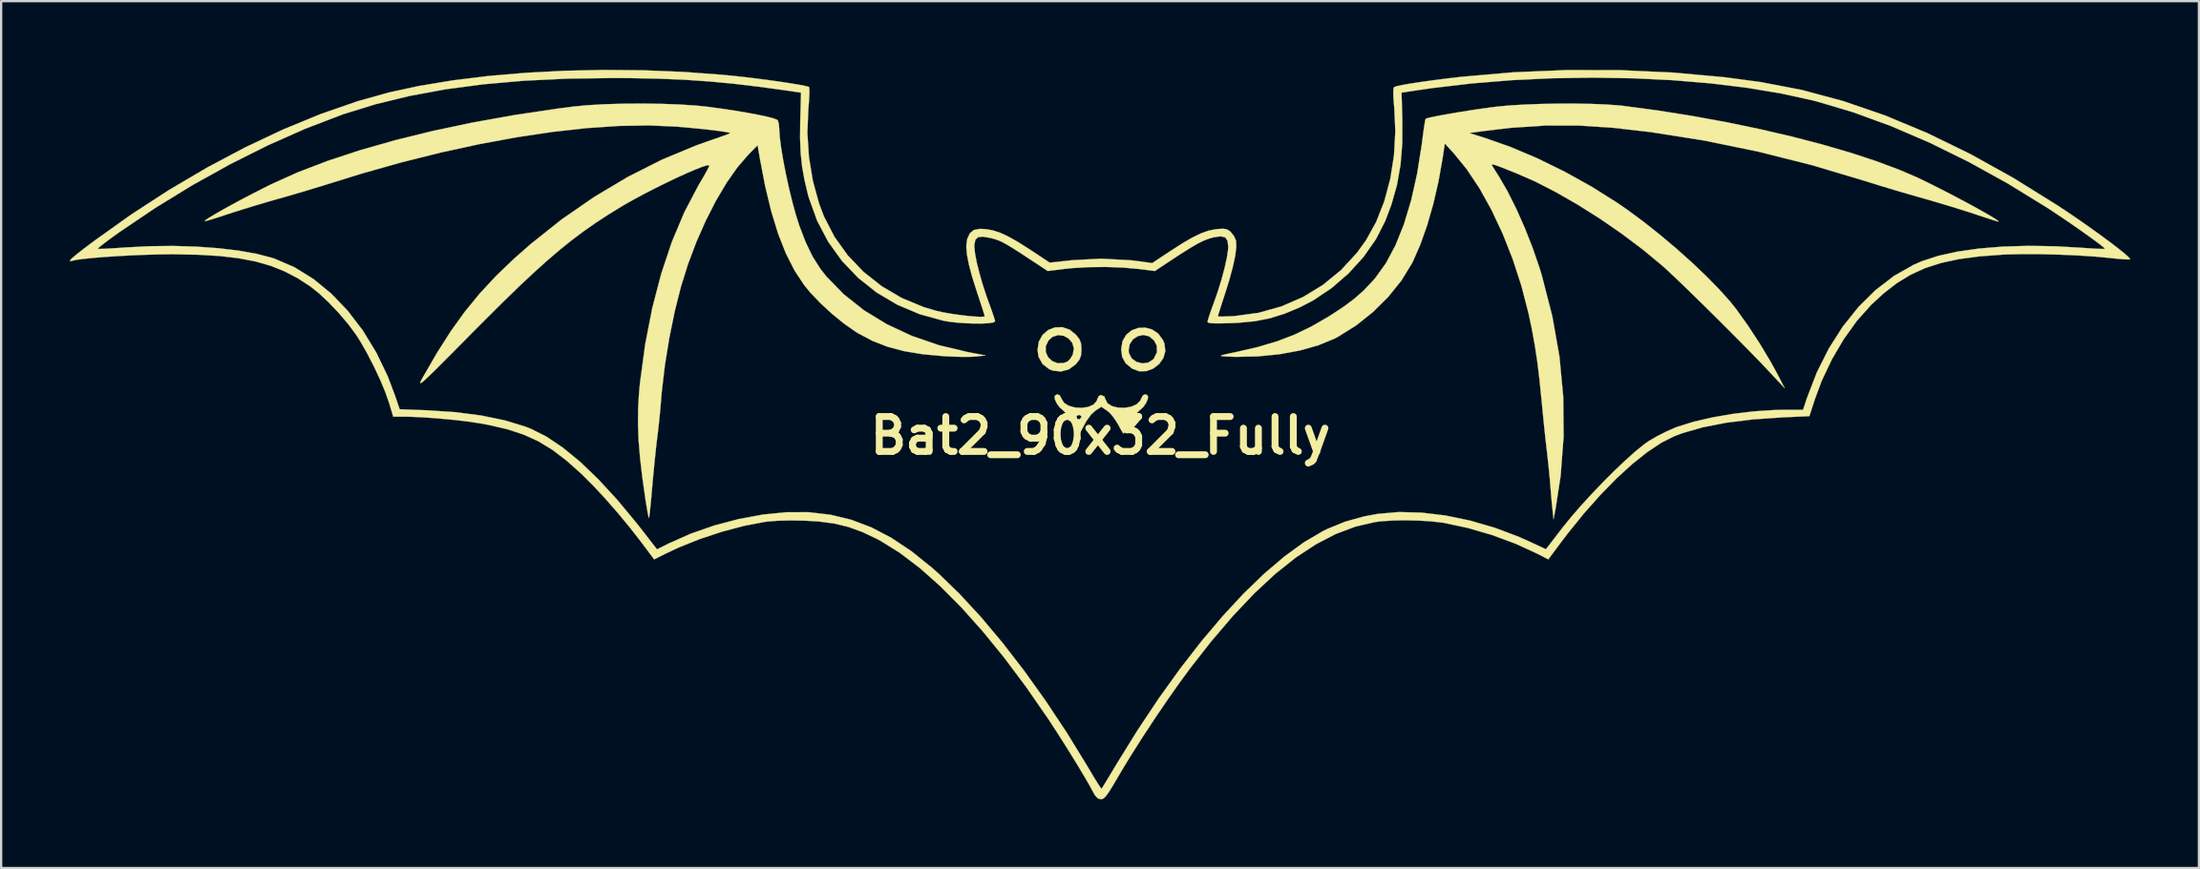
<source format=kicad_pcb>
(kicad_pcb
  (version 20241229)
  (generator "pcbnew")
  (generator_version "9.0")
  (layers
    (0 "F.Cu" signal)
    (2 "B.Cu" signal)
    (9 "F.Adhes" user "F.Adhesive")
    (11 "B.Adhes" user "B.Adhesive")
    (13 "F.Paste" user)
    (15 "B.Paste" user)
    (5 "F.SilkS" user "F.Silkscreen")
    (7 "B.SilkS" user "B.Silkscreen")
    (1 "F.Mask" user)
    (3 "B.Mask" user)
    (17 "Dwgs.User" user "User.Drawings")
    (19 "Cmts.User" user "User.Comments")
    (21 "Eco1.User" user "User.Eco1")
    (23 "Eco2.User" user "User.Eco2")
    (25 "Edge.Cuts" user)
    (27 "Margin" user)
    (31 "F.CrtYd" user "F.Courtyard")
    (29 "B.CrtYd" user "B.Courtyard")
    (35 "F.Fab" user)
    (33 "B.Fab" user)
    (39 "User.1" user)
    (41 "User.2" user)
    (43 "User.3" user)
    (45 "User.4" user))
  (footprint "Bat2_90x32_Fully"
    (layer "F.Cu")
    (at 44.975 15.982)
    (property "Reference" "Bat2_90x32_Fully" (at 0 0 0) (layer "F.SilkS") (effects (font (size 1.524 1.524) (thickness 0.3))))
    (attr through_hole)
    (fp_poly (pts (xy 2.257 -4.638) (xy 2.523 -4.458) (xy 2.729 -4.176) (xy 2.793 -4.02) (xy 2.831 -3.693) (xy 2.745 -3.389) (xy 2.562 -3.129) (xy 2.307 -2.932) (xy 2.008 -2.82) (xy 1.69 -2.813) (xy 1.384 -2.929) (xy 1.101 -3.162) (xy 0.948 -3.44) (xy 0.911 -3.728) (xy 1.23 -3.728) (xy 1.246 -3.605) (xy 1.365 -3.374) (xy 1.574 -3.222) (xy 1.829 -3.158) (xy 2.087 -3.192) (xy 2.305 -3.334) (xy 2.331 -3.364) (xy 2.466 -3.643) (xy 2.458 -3.932) (xy 2.338 -4.164) (xy 2.121 -4.342) (xy 1.875 -4.398) (xy 1.631 -4.348) (xy 1.421 -4.209) (xy 1.277 -3.997) (xy 1.23 -3.728) (xy 0.911 -3.728) (xy 0.904 -3.775) (xy 0.965 -4.133) (xy 1.127 -4.409) (xy 1.365 -4.602) (xy 1.65 -4.706) (xy 1.957 -4.719) (xy 2.257 -4.638)) (stroke (width 0.01) (type solid)) (fill yes) (layer "F.SilkS"))
    (fp_poly (pts (xy -1.343 -4.63) (xy -1.077 -4.418) (xy -0.92 -4.221) (xy -0.847 -4.034) (xy -0.829 -3.779) (xy -0.829 -3.769) (xy -0.846 -3.51) (xy -0.916 -3.322) (xy -1.07 -3.127) (xy -1.077 -3.119) (xy -1.376 -2.896) (xy -1.724 -2.802) (xy -2.087 -2.845) (xy -2.239 -2.907) (xy -2.53 -3.132) (xy -2.7 -3.444) (xy -2.744 -3.735) (xy -2.719 -3.907) (xy -2.388 -3.907) (xy -2.387 -3.653) (xy -2.284 -3.427) (xy -2.102 -3.255) (xy -1.863 -3.163) (xy -1.591 -3.177) (xy -1.437 -3.238) (xy -1.314 -3.357) (xy -1.207 -3.54) (xy -1.159 -3.814) (xy -1.229 -4.054) (xy -1.388 -4.243) (xy -1.604 -4.362) (xy -1.848 -4.393) (xy -2.088 -4.318) (xy -2.263 -4.164) (xy -2.388 -3.907) (xy -2.719 -3.907) (xy -2.69 -4.105) (xy -2.526 -4.401) (xy -2.282 -4.614) (xy -1.985 -4.73) (xy -1.663 -4.739) (xy -1.343 -4.63)) (stroke (width 0.01) (type solid)) (fill yes) (layer "F.SilkS"))
    (fp_poly (pts (xy -1.775 -1.76) (xy -1.703 -1.622) (xy -1.589 -1.435) (xy -1.379 -1.304) (xy -1.11 -1.23) (xy -0.817 -1.213) (xy -0.538 -1.254) (xy -0.308 -1.353) (xy -0.164 -1.511) (xy -0.137 -1.601) (xy -0.063 -1.743) (xy 0.038 -1.771) (xy 0.172 -1.71) (xy 0.213 -1.601) (xy 0.306 -1.417) (xy 0.502 -1.291) (xy 0.764 -1.225) (xy 1.055 -1.216) (xy 1.339 -1.264) (xy 1.58 -1.369) (xy 1.741 -1.531) (xy 1.778 -1.622) (xy 1.859 -1.768) (xy 1.975 -1.808) (xy 2.071 -1.736) (xy 2.071 -1.614) (xy 1.997 -1.437) (xy 1.879 -1.261) (xy 1.747 -1.138) (xy 1.736 -1.132) (xy 1.626 -1.029) (xy 1.476 -0.835) (xy 1.319 -0.591) (xy 1.314 -0.583) (xy 1.177 -0.35) (xy 1.07 -0.173) (xy 1.017 -0.089) (xy 1.015 -0.087) (xy 0.971 -0.134) (xy 0.882 -0.283) (xy 0.777 -0.481) (xy 0.598 -0.772) (xy 0.523 -0.858) (xy 0.914 -0.858) (xy 0.932 -0.754) (xy 0.953 -0.731) (xy 1.047 -0.715) (xy 1.123 -0.792) (xy 1.131 -0.834) (xy 1.069 -0.896) (xy 1.018 -0.904) (xy 0.914 -0.858) (xy 0.523 -0.858) (xy 0.394 -1.007) (xy 0.303 -1.081) (xy 0.041 -1.26) (xy -0.21 -1.101) (xy -0.416 -0.913) (xy -0.619 -0.627) (xy -0.684 -0.509) (xy -0.801 -0.287) (xy -0.889 -0.131) (xy -0.927 -0.075) (xy -0.972 -0.136) (xy -1.071 -0.295) (xy -1.204 -0.521) (xy -1.228 -0.563) (xy -1.385 -0.813) (xy -1.419 -0.858) (xy -1.046 -0.858) (xy -1.027 -0.754) (xy -1.007 -0.731) (xy -0.913 -0.715) (xy -0.837 -0.792) (xy -0.829 -0.834) (xy -0.89 -0.896) (xy -0.942 -0.904) (xy -1.046 -0.858) (xy -1.419 -0.858) (xy -1.537 -1.014) (xy -1.651 -1.126) (xy -1.658 -1.13) (xy -1.791 -1.247) (xy -1.913 -1.421) (xy -1.992 -1.6) (xy -2 -1.729) (xy -1.996 -1.736) (xy -1.89 -1.809) (xy -1.775 -1.76)) (stroke (width 0.01) (type solid)) (fill yes) (layer "F.SilkS"))
    (fp_poly (pts (xy 21.421 -14.494) (xy 22.076 -14.467) (xy 22.628 -14.427) (xy 22.8 -14.409) (xy 24.304 -14.208) (xy 25.808 -13.97) (xy 27.293 -13.699) (xy 28.743 -13.399) (xy 30.141 -13.074) (xy 31.47 -12.729) (xy 32.712 -12.368) (xy 33.851 -11.994) (xy 34.87 -11.613) (xy 35.586 -11.305) (xy 35.964 -11.126) (xy 36.385 -10.918) (xy 36.833 -10.691) (xy 37.288 -10.454) (xy 37.733 -10.218) (xy 38.151 -9.991) (xy 38.522 -9.784) (xy 38.83 -9.607) (xy 39.055 -9.469) (xy 39.181 -9.38) (xy 39.193 -9.349) (xy 39.112 -9.371) (xy 38.914 -9.433) (xy 38.627 -9.525) (xy 38.277 -9.641) (xy 38.138 -9.687) (xy 37.707 -9.827) (xy 37.183 -9.99) (xy 36.617 -10.161) (xy 36.061 -10.324) (xy 35.764 -10.408) (xy 35.237 -10.559) (xy 34.671 -10.725) (xy 34.116 -10.892) (xy 33.625 -11.044) (xy 33.389 -11.119) (xy 31.06 -11.816) (xy 28.702 -12.409) (xy 26.347 -12.893) (xy 24.022 -13.26) (xy 22.342 -13.453) (xy 20.864 -13.548) (xy 19.398 -13.547) (xy 17.897 -13.447) (xy 16.77 -13.313) (xy 16.092 -13.22) (xy 16.77 -13.009) (xy 17.897 -12.613) (xy 19.076 -12.113) (xy 20.269 -11.527) (xy 21.442 -10.874) (xy 22.556 -10.172) (xy 22.988 -9.874) (xy 23.694 -9.352) (xy 24.413 -8.781) (xy 25.126 -8.18) (xy 25.81 -7.568) (xy 26.444 -6.965) (xy 27.008 -6.389) (xy 27.48 -5.861) (xy 27.736 -5.541) (xy 28.269 -4.794) (xy 28.79 -3.997) (xy 29.262 -3.207) (xy 29.531 -2.714) (xy 29.864 -2.073) (xy 29.159 -2.826) (xy 28.821 -3.183) (xy 28.413 -3.605) (xy 27.952 -4.074) (xy 27.457 -4.573) (xy 26.945 -5.085) (xy 26.434 -5.591) (xy 25.94 -6.076) (xy 25.483 -6.521) (xy 25.078 -6.909) (xy 24.745 -7.222) (xy 24.514 -7.431) (xy 23.669 -8.131) (xy 22.753 -8.821) (xy 21.794 -9.483) (xy 20.819 -10.098) (xy 19.857 -10.65) (xy 18.938 -11.119) (xy 18.16 -11.459) (xy 17.853 -11.581) (xy 17.521 -11.713) (xy 17.406 -11.759) (xy 17.184 -11.836) (xy 17.081 -11.845) (xy 17.081 -11.815) (xy 17.151 -11.703) (xy 17.272 -11.51) (xy 17.378 -11.343) (xy 17.76 -10.685) (xy 18.147 -9.914) (xy 18.522 -9.068) (xy 18.869 -8.184) (xy 19.172 -7.3) (xy 19.261 -7.006) (xy 19.721 -5.216) (xy 20.033 -3.448) (xy 20.197 -1.699) (xy 20.214 0.036) (xy 20.083 1.762) (xy 19.867 3.166) (xy 19.775 3.655) (xy 19.726 3.203) (xy 19.695 2.893) (xy 19.662 2.515) (xy 19.633 2.149) (xy 19.633 2.148) (xy 19.605 1.823) (xy 19.564 1.406) (xy 19.516 0.956) (xy 19.476 0.603) (xy 19.426 0.171) (xy 19.37 -0.353) (xy 19.314 -0.907) (xy 19.263 -1.433) (xy 19.252 -1.545) (xy 19.162 -2.444) (xy 19.065 -3.235) (xy 18.955 -3.962) (xy 18.826 -4.668) (xy 18.681 -5.351) (xy 18.374 -6.538) (xy 17.998 -7.697) (xy 17.561 -8.807) (xy 17.075 -9.847) (xy 16.547 -10.798) (xy 15.988 -11.638) (xy 15.436 -12.317) (xy 15.029 -12.763) (xy 14.934 -12.129) (xy 14.755 -11.115) (xy 14.527 -10.126) (xy 14.259 -9.192) (xy 13.96 -8.345) (xy 13.638 -7.613) (xy 13.593 -7.525) (xy 13.139 -6.783) (xy 12.562 -6.065) (xy 11.889 -5.397) (xy 11.149 -4.807) (xy 10.369 -4.321) (xy 10.213 -4.239) (xy 9.515 -3.95) (xy 8.705 -3.721) (xy 7.812 -3.557) (xy 6.864 -3.463) (xy 5.89 -3.443) (xy 5.464 -3.459) (xy 5.316 -3.47) (xy 5.254 -3.486) (xy 5.292 -3.511) (xy 5.444 -3.551) (xy 5.723 -3.612) (xy 5.954 -3.66) (xy 6.886 -3.877) (xy 7.707 -4.121) (xy 8.461 -4.41) (xy 9.187 -4.758) (xy 9.926 -5.183) (xy 10.046 -5.259) (xy 10.612 -5.631) (xy 11.076 -5.979) (xy 11.479 -6.334) (xy 11.857 -6.731) (xy 12.001 -6.896) (xy 12.466 -7.543) (xy 12.882 -8.327) (xy 13.248 -9.242) (xy 13.562 -10.284) (xy 13.821 -11.446) (xy 14.024 -12.723) (xy 14.048 -12.914) (xy 14.093 -13.263) (xy 14.136 -13.555) (xy 14.171 -13.758) (xy 14.194 -13.842) (xy 14.288 -13.875) (xy 14.506 -13.925) (xy 14.823 -13.988) (xy 15.216 -14.059) (xy 15.657 -14.134) (xy 16.124 -14.209) (xy 16.59 -14.279) (xy 17.031 -14.34) (xy 17.26 -14.369) (xy 17.809 -14.422) (xy 18.462 -14.462) (xy 19.184 -14.49) (xy 19.941 -14.505) (xy 20.698 -14.506) (xy 21.421 -14.494)) (stroke (width 0.01) (type solid)) (fill yes) (layer "F.SilkS"))
    (fp_poly (pts (xy -19.145 -14.496) (xy -18.343 -14.466) (xy -17.622 -14.418) (xy -17.147 -14.368) (xy -16.54 -14.286) (xy -15.959 -14.198) (xy -15.423 -14.108) (xy -14.952 -14.02) (xy -14.564 -13.937) (xy -14.278 -13.863) (xy -14.114 -13.802) (xy -14.084 -13.778) (xy -14.039 -13.637) (xy -14.02 -13.435) (xy -14.02 -13.434) (xy -13.997 -13.065) (xy -13.936 -12.584) (xy -13.843 -12.023) (xy -13.725 -11.415) (xy -13.588 -10.79) (xy -13.439 -10.182) (xy -13.285 -9.623) (xy -13.139 -9.166) (xy -12.86 -8.44) (xy -12.564 -7.83) (xy -12.233 -7.304) (xy -11.958 -6.952) (xy -11.194 -6.169) (xy -10.313 -5.472) (xy -9.322 -4.868) (xy -8.232 -4.359) (xy -7.05 -3.952) (xy -5.785 -3.65) (xy -5.766 -3.647) (xy -5.012 -3.505) (xy -5.427 -3.458) (xy -5.665 -3.445) (xy -6.008 -3.443) (xy -6.41 -3.452) (xy -6.821 -3.472) (xy -7.752 -3.557) (xy -8.565 -3.691) (xy -9.287 -3.883) (xy -9.946 -4.139) (xy -10.567 -4.468) (xy -10.676 -4.535) (xy -11.18 -4.886) (xy -11.708 -5.316) (xy -12.218 -5.786) (xy -12.667 -6.257) (xy -12.93 -6.579) (xy -13.35 -7.216) (xy -13.727 -7.959) (xy -14.064 -8.817) (xy -14.366 -9.799) (xy -14.634 -10.911) (xy -14.866 -12.128) (xy -14.961 -12.687) (xy -15.363 -12.279) (xy -15.839 -11.728) (xy -16.316 -11.048) (xy -16.781 -10.262) (xy -17.225 -9.392) (xy -17.635 -8.46) (xy -18.001 -7.487) (xy -18.304 -6.52) (xy -18.576 -5.444) (xy -18.813 -4.281) (xy -19.006 -3.092) (xy -19.143 -1.939) (xy -19.182 -1.47) (xy -19.214 -1.088) (xy -19.26 -0.63) (xy -19.311 -0.171) (xy -19.337 0.038) (xy -19.381 0.403) (xy -19.431 0.872) (xy -19.484 1.395) (xy -19.534 1.926) (xy -19.56 2.219) (xy -19.598 2.653) (xy -19.634 3.033) (xy -19.665 3.333) (xy -19.689 3.529) (xy -19.702 3.598) (xy -19.723 3.539) (xy -19.76 3.36) (xy -19.807 3.09) (xy -19.852 2.811) (xy -19.991 1.835) (xy -20.091 0.977) (xy -20.155 0.205) (xy -20.182 -0.507) (xy -20.175 -1.189) (xy -20.136 -1.869) (xy -20.093 -2.322) (xy -19.869 -3.983) (xy -19.56 -5.569) (xy -19.17 -7.068) (xy -18.703 -8.467) (xy -18.162 -9.756) (xy -17.55 -10.923) (xy -17.462 -11.073) (xy -17.292 -11.361) (xy -17.16 -11.599) (xy -17.08 -11.759) (xy -17.065 -11.814) (xy -17.16 -11.812) (xy -17.369 -11.748) (xy -17.672 -11.63) (xy -18.048 -11.469) (xy -18.48 -11.272) (xy -18.947 -11.049) (xy -19.43 -10.81) (xy -19.909 -10.563) (xy -20.365 -10.318) (xy -20.779 -10.084) (xy -20.915 -10.003) (xy -21.489 -9.649) (xy -22.031 -9.295) (xy -22.554 -8.929) (xy -23.072 -8.54) (xy -23.599 -8.116) (xy -24.149 -7.645) (xy -24.736 -7.116) (xy -25.373 -6.517) (xy -26.074 -5.836) (xy -26.853 -5.061) (xy -27.387 -4.524) (xy -27.961 -3.943) (xy -28.437 -3.463) (xy -28.824 -3.076) (xy -29.127 -2.775) (xy -29.357 -2.553) (xy -29.519 -2.403) (xy -29.623 -2.318) (xy -29.676 -2.291) (xy -29.685 -2.314) (xy -29.659 -2.381) (xy -29.606 -2.484) (xy -29.578 -2.536) (xy -28.962 -3.603) (xy -28.358 -4.553) (xy -27.742 -5.412) (xy -27.09 -6.209) (xy -26.381 -6.973) (xy -25.591 -7.731) (xy -24.873 -8.364) (xy -23.515 -9.446) (xy -22.091 -10.43) (xy -20.622 -11.306) (xy -19.128 -12.061) (xy -17.632 -12.683) (xy -17.16 -12.851) (xy -16.803 -12.974) (xy -16.5 -13.081) (xy -16.278 -13.162) (xy -16.165 -13.208) (xy -16.157 -13.213) (xy -16.209 -13.238) (xy -16.39 -13.273) (xy -16.68 -13.315) (xy -17.056 -13.361) (xy -17.499 -13.409) (xy -17.988 -13.456) (xy -18.5 -13.501) (xy -18.52 -13.502) (xy -19.71 -13.554) (xy -21.014 -13.531) (xy -22.42 -13.436) (xy -23.913 -13.27) (xy -25.48 -13.035) (xy -27.105 -12.735) (xy -28.777 -12.371) (xy -30.479 -11.946) (xy -32.199 -11.461) (xy -33.427 -11.081) (xy -33.916 -10.928) (xy -34.491 -10.753) (xy -35.089 -10.575) (xy -35.651 -10.412) (xy -35.839 -10.359) (xy -36.353 -10.212) (xy -36.907 -10.047) (xy -37.447 -9.881) (xy -37.92 -9.731) (xy -38.095 -9.674) (xy -38.451 -9.557) (xy -38.753 -9.461) (xy -38.972 -9.396) (xy -39.083 -9.37) (xy -39.092 -9.37) (xy -39.046 -9.421) (xy -38.884 -9.53) (xy -38.624 -9.687) (xy -38.285 -9.881) (xy -37.884 -10.102) (xy -37.439 -10.341) (xy -36.97 -10.587) (xy -36.493 -10.83) (xy -36.202 -10.975) (xy -35.039 -11.5) (xy -33.739 -11.999) (xy -32.314 -12.469) (xy -30.775 -12.908) (xy -29.134 -13.312) (xy -27.403 -13.678) (xy -25.594 -14.003) (xy -23.718 -14.284) (xy -23.026 -14.374) (xy -22.395 -14.435) (xy -21.653 -14.478) (xy -20.838 -14.502) (xy -19.99 -14.508) (xy -19.145 -14.496)) (stroke (width 0.01) (type solid)) (fill yes) (layer "F.SilkS"))
    (fp_poly (pts (xy -19.933 -15.961) (xy -18.199 -15.89) (xy -16.494 -15.764) (xy -15.979 -15.713) (xy -15.489 -15.659) (xy -14.977 -15.597) (xy -14.467 -15.53) (xy -13.981 -15.462) (xy -13.543 -15.395) (xy -13.175 -15.334) (xy -12.901 -15.282) (xy -12.743 -15.242) (xy -12.717 -15.229) (xy -12.702 -15.138) (xy -12.702 -14.927) (xy -12.718 -14.629) (xy -12.747 -14.274) (xy -12.749 -14.258) (xy -12.79 -13.228) (xy -12.722 -12.172) (xy -12.55 -11.13) (xy -12.281 -10.145) (xy -12.064 -9.572) (xy -11.606 -8.685) (xy -11.026 -7.875) (xy -10.335 -7.153) (xy -9.546 -6.529) (xy -8.672 -6.015) (xy -7.724 -5.62) (xy -7.161 -5.453) (xy -6.868 -5.388) (xy -6.523 -5.327) (xy -6.158 -5.274) (xy -5.8 -5.231) (xy -5.482 -5.202) (xy -5.232 -5.19) (xy -5.081 -5.199) (xy -5.05 -5.218) (xy -5.072 -5.3) (xy -5.134 -5.499) (xy -5.227 -5.786) (xy -5.342 -6.136) (xy -5.385 -6.266) (xy -5.596 -6.933) (xy -5.742 -7.48) (xy -5.827 -7.921) (xy -5.854 -8.272) (xy -5.824 -8.547) (xy -5.81 -8.6) (xy -5.698 -8.844) (xy -5.525 -8.984) (xy -5.264 -9.034) (xy -5 -9.022) (xy -4.697 -8.968) (xy -4.377 -8.864) (xy -4.018 -8.698) (xy -3.594 -8.458) (xy -3.081 -8.133) (xy -3.009 -8.085) (xy -2.212 -7.557) (xy -1.238 -7.664) (xy 0.046 -7.732) (xy 1.354 -7.659) (xy 1.751 -7.609) (xy 2.259 -7.538) (xy 3.07 -8.076) (xy 3.592 -8.411) (xy 4.023 -8.661) (xy 4.387 -8.837) (xy 4.708 -8.951) (xy 5.011 -9.014) (xy 5.09 -9.023) (xy 5.345 -9.04) (xy 5.508 -9.018) (xy 5.635 -8.943) (xy 5.689 -8.895) (xy 5.834 -8.708) (xy 5.917 -8.517) (xy 5.929 -8.247) (xy 5.881 -7.854) (xy 5.772 -7.35) (xy 5.607 -6.747) (xy 5.456 -6.262) (xy 5.337 -5.896) (xy 5.237 -5.584) (xy 5.165 -5.352) (xy 5.128 -5.228) (xy 5.125 -5.214) (xy 5.195 -5.203) (xy 5.383 -5.204) (xy 5.657 -5.214) (xy 5.865 -5.226) (xy 6.903 -5.367) (xy 7.899 -5.646) (xy 8.84 -6.055) (xy 9.711 -6.587) (xy 10.501 -7.234) (xy 11.195 -7.989) (xy 11.593 -8.54) (xy 12.035 -9.341) (xy 12.389 -10.242) (xy 12.65 -11.22) (xy 12.812 -12.247) (xy 12.87 -13.301) (xy 12.826 -14.279) (xy 12.791 -14.705) (xy 12.779 -14.997) (xy 12.791 -15.168) (xy 12.822 -15.23) (xy 12.948 -15.271) (xy 13.204 -15.325) (xy 13.571 -15.388) (xy 14.028 -15.457) (xy 14.556 -15.53) (xy 15.135 -15.604) (xy 15.745 -15.675) (xy 15.753 -15.676) (xy 18.029 -15.874) (xy 20.346 -15.971) (xy 22.672 -15.967) (xy 24.974 -15.863) (xy 27.219 -15.66) (xy 28.829 -15.445) (xy 30.608 -15.103) (xy 32.408 -14.619) (xy 34.231 -13.993) (xy 36.079 -13.222) (xy 37.955 -12.308) (xy 39.86 -11.248) (xy 41.793 -10.043) (xy 42.269 -9.726) (xy 42.749 -9.398) (xy 43.217 -9.069) (xy 43.657 -8.752) (xy 44.057 -8.457) (xy 44.399 -8.195) (xy 44.669 -7.978) (xy 44.853 -7.817) (xy 44.935 -7.723) (xy 44.931 -7.704) (xy 44.82 -7.699) (xy 44.597 -7.71) (xy 44.299 -7.737) (xy 44.107 -7.757) (xy 43.434 -7.822) (xy 42.662 -7.873) (xy 41.838 -7.909) (xy 41.011 -7.929) (xy 40.226 -7.932) (xy 39.531 -7.915) (xy 39.373 -7.908) (xy 38.36 -7.832) (xy 37.473 -7.714) (xy 36.69 -7.546) (xy 35.991 -7.32) (xy 35.353 -7.028) (xy 34.755 -6.662) (xy 34.176 -6.213) (xy 33.63 -5.708) (xy 33.016 -5.02) (xy 32.44 -4.217) (xy 31.921 -3.332) (xy 31.48 -2.401) (xy 31.189 -1.62) (xy 30.94 -0.852) (xy 29.772 -0.8) (xy 28.476 -0.71) (xy 27.315 -0.566) (xy 26.29 -0.366) (xy 25.404 -0.112) (xy 25.045 0.023) (xy 24.484 0.305) (xy 23.871 0.713) (xy 23.215 1.235) (xy 22.529 1.862) (xy 21.824 2.583) (xy 21.111 3.386) (xy 20.402 4.262) (xy 20.088 4.675) (xy 19.546 5.404) (xy 19.063 5.155) (xy 18.126 4.724) (xy 17.101 4.344) (xy 16.045 4.035) (xy 15.018 3.815) (xy 14.961 3.805) (xy 14.481 3.747) (xy 13.919 3.711) (xy 13.324 3.697) (xy 12.748 3.707) (xy 12.24 3.741) (xy 11.984 3.774) (xy 11.129 3.973) (xy 10.271 4.295) (xy 9.405 4.745) (xy 8.528 5.323) (xy 7.635 6.034) (xy 6.724 6.881) (xy 5.791 7.865) (xy 4.831 8.991) (xy 3.934 10.137) (xy 3.449 10.798) (xy 2.924 11.545) (xy 2.384 12.34) (xy 1.854 13.146) (xy 1.358 13.926) (xy 0.923 14.64) (xy 0.775 14.893) (xy 0.547 15.282) (xy 0.376 15.557) (xy 0.248 15.736) (xy 0.149 15.837) (xy 0.066 15.88) (xy 0.022 15.884) (xy -0.12 15.843) (xy -0.245 15.699) (xy -0.315 15.574) (xy -0.465 15.297) (xy -0.682 14.922) (xy -0.95 14.473) (xy -1.254 13.976) (xy -1.578 13.458) (xy -1.905 12.945) (xy -2.219 12.463) (xy -2.287 12.361) (xy -3.241 10.981) (xy -4.193 9.707) (xy -5.138 8.546) (xy -6.07 7.502) (xy -6.985 6.581) (xy -7.878 5.787) (xy -8.743 5.128) (xy -9.575 4.607) (xy -9.765 4.505) (xy -10.403 4.204) (xy -11.002 3.986) (xy -11.612 3.839) (xy -12.281 3.75) (xy -12.898 3.713) (xy -13.521 3.703) (xy -14.083 3.716) (xy -14.545 3.754) (xy -14.632 3.765) (xy -15.543 3.938) (xy -16.513 4.195) (xy -17.489 4.518) (xy -18.416 4.89) (xy -18.962 5.147) (xy -19.475 5.406) (xy -20.017 4.681) (xy -20.517 4.037) (xy -21.062 3.377) (xy -21.62 2.739) (xy -22.161 2.157) (xy -22.642 1.678) (xy -23.298 1.091) (xy -23.917 0.619) (xy -24.533 0.245) (xy -25.182 -0.05) (xy -25.897 -0.284) (xy -26.715 -0.472) (xy -27.016 -0.528) (xy -27.54 -0.609) (xy -28.158 -0.683) (xy -28.819 -0.746) (xy -29.469 -0.795) (xy -30.057 -0.824) (xy -30.374 -0.829) (xy -30.864 -0.83) (xy -31.047 -1.438) (xy -31.209 -1.902) (xy -31.436 -2.445) (xy -31.707 -3.024) (xy -32 -3.593) (xy -32.294 -4.109) (xy -32.487 -4.412) (xy -32.828 -4.873) (xy -33.236 -5.353) (xy -33.674 -5.815) (xy -34.107 -6.221) (xy -34.482 -6.52) (xy -35.038 -6.881) (xy -35.61 -7.18) (xy -36.217 -7.422) (xy -36.878 -7.611) (xy -37.61 -7.751) (xy -38.433 -7.848) (xy -39.364 -7.904) (xy -40.422 -7.924) (xy -40.55 -7.924) (xy -41.086 -7.918) (xy -41.666 -7.902) (xy -42.264 -7.878) (xy -42.857 -7.846) (xy -43.419 -7.809) (xy -43.927 -7.769) (xy -44.356 -7.725) (xy -44.682 -7.682) (xy -44.874 -7.641) (xy -44.964 -7.623) (xy -44.97 -7.658) (xy -44.884 -7.75) (xy -44.698 -7.907) (xy -44.406 -8.137) (xy -44.372 -8.162) (xy -43.762 -8.162) (xy -43.762 -8.162) (xy -43.681 -8.158) (xy -43.476 -8.164) (xy -43.173 -8.18) (xy -42.797 -8.204) (xy -42.538 -8.222) (xy -41.502 -8.276) (xy -40.468 -8.287) (xy -39.46 -8.258) (xy -38.501 -8.189) (xy -37.614 -8.084) (xy -36.823 -7.943) (xy -36.152 -7.768) (xy -36.037 -7.73) (xy -35.174 -7.357) (xy -34.349 -6.846) (xy -33.57 -6.208) (xy -32.847 -5.453) (xy -32.189 -4.592) (xy -31.605 -3.635) (xy -31.104 -2.593) (xy -30.79 -1.764) (xy -30.583 -1.153) (xy -29.367 -1.107) (xy -28.138 -1.025) (xy -27.012 -0.878) (xy -26 -0.669) (xy -25.112 -0.399) (xy -24.871 -0.306) (xy -24.186 0.036) (xy -23.463 0.522) (xy -22.701 1.148) (xy -21.905 1.914) (xy -21.075 2.817) (xy -20.215 3.855) (xy -19.983 4.152) (xy -19.352 4.967) (xy -18.852 4.716) (xy -17.882 4.284) (xy -16.848 3.924) (xy -15.783 3.642) (xy -14.721 3.446) (xy -13.695 3.345) (xy -12.74 3.344) (xy -12.725 3.345) (xy -11.782 3.455) (xy -10.877 3.673) (xy -9.998 4.006) (xy -9.127 4.462) (xy -8.251 5.046) (xy -7.356 5.766) (xy -7.05 6.038) (xy -6.144 6.918) (xy -5.212 7.928) (xy -4.267 9.055) (xy -3.319 10.284) (xy -2.381 11.599) (xy -1.462 12.986) (xy -0.576 14.43) (xy -0.479 14.594) (xy -0.292 14.909) (xy -0.132 15.168) (xy -0.015 15.348) (xy 0.045 15.426) (xy 0.049 15.427) (xy 0.094 15.357) (xy 0.203 15.18) (xy 0.362 14.918) (xy 0.558 14.592) (xy 0.701 14.352) (xy 1.615 12.876) (xy 2.542 11.484) (xy 3.475 10.183) (xy 4.409 8.98) (xy 5.338 7.881) (xy 6.255 6.892) (xy 7.156 6.021) (xy 8.035 5.274) (xy 8.884 4.656) (xy 9.7 4.176) (xy 9.906 4.074) (xy 10.671 3.761) (xy 11.476 3.535) (xy 12.097 3.418) (xy 13.014 3.338) (xy 14.008 3.362) (xy 15.057 3.488) (xy 16.135 3.711) (xy 17.218 4.026) (xy 18.281 4.428) (xy 18.709 4.62) (xy 19.442 4.962) (xy 20.177 4.007) (xy 20.545 3.552) (xy 20.974 3.057) (xy 21.444 2.543) (xy 21.934 2.031) (xy 22.425 1.54) (xy 22.896 1.091) (xy 23.327 0.705) (xy 23.699 0.401) (xy 23.921 0.242) (xy 24.287 0.027) (xy 24.71 -0.187) (xy 25.107 -0.36) (xy 25.165 -0.382) (xy 25.881 -0.605) (xy 26.706 -0.797) (xy 27.601 -0.952) (xy 28.525 -1.062) (xy 29.439 -1.121) (xy 29.929 -1.131) (xy 30.664 -1.131) (xy 30.832 -1.639) (xy 31.267 -2.768) (xy 31.792 -3.814) (xy 32.399 -4.767) (xy 33.08 -5.619) (xy 33.826 -6.358) (xy 34.63 -6.976) (xy 35.483 -7.461) (xy 35.847 -7.62) (xy 36.556 -7.853) (xy 37.392 -8.038) (xy 38.34 -8.174) (xy 39.384 -8.259) (xy 40.509 -8.292) (xy 41.697 -8.272) (xy 42.763 -8.211) (xy 43.143 -8.185) (xy 43.465 -8.166) (xy 43.702 -8.157) (xy 43.826 -8.159) (xy 43.837 -8.162) (xy 43.792 -8.216) (xy 43.64 -8.34) (xy 43.4 -8.521) (xy 43.09 -8.746) (xy 42.729 -9.002) (xy 42.337 -9.274) (xy 41.93 -9.551) (xy 41.529 -9.818) (xy 41.291 -9.974) (xy 39.59 -11.02) (xy 37.882 -11.965) (xy 36.181 -12.802) (xy 34.501 -13.525) (xy 32.858 -14.126) (xy 31.266 -14.6) (xy 31.068 -14.651) (xy 29.703 -14.95) (xy 28.217 -15.197) (xy 26.632 -15.39) (xy 24.969 -15.529) (xy 23.248 -15.612) (xy 21.49 -15.64) (xy 19.716 -15.613) (xy 17.948 -15.529) (xy 16.206 -15.387) (xy 14.511 -15.188) (xy 13.937 -15.105) (xy 13.14 -14.985) (xy 13.175 -13.829) (xy 13.173 -12.783) (xy 13.097 -11.836) (xy 12.941 -10.95) (xy 12.698 -10.091) (xy 12.431 -9.382) (xy 12.019 -8.575) (xy 11.478 -7.803) (xy 10.828 -7.088) (xy 10.092 -6.45) (xy 9.289 -5.912) (xy 8.715 -5.612) (xy 8.036 -5.328) (xy 7.397 -5.128) (xy 6.744 -5) (xy 6.019 -4.931) (xy 5.747 -4.918) (xy 5.303 -4.906) (xy 4.991 -4.905) (xy 4.794 -4.917) (xy 4.695 -4.943) (xy 4.673 -4.973) (xy 4.698 -5.08) (xy 4.766 -5.292) (xy 4.866 -5.576) (xy 4.946 -5.793) (xy 5.126 -6.309) (xy 5.288 -6.833) (xy 5.421 -7.333) (xy 5.518 -7.776) (xy 5.571 -8.129) (xy 5.577 -8.26) (xy 5.546 -8.518) (xy 5.441 -8.664) (xy 5.244 -8.709) (xy 4.938 -8.664) (xy 4.92 -8.66) (xy 4.71 -8.599) (xy 4.49 -8.512) (xy 4.238 -8.386) (xy 3.931 -8.207) (xy 3.545 -7.965) (xy 3.128 -7.692) (xy 2.374 -7.193) (xy 1.658 -7.283) (xy 0.984 -7.343) (xy 0.229 -7.369) (xy -0.542 -7.36) (xy -1.264 -7.317) (xy -1.583 -7.283) (xy -2.299 -7.193) (xy -3.053 -7.69) (xy -3.493 -7.979) (xy -3.832 -8.195) (xy -4.092 -8.353) (xy -4.297 -8.463) (xy -4.47 -8.539) (xy -4.634 -8.594) (xy -4.808 -8.638) (xy -5.131 -8.694) (xy -5.34 -8.672) (xy -5.456 -8.561) (xy -5.5 -8.35) (xy -5.502 -8.259) (xy -5.475 -7.971) (xy -5.4 -7.577) (xy -5.285 -7.11) (xy -5.139 -6.602) (xy -4.971 -6.087) (xy -4.863 -5.789) (xy -4.751 -5.481) (xy -4.662 -5.222) (xy -4.608 -5.045) (xy -4.598 -4.993) (xy -4.668 -4.947) (xy -4.858 -4.916) (xy -5.14 -4.9) (xy -5.484 -4.898) (xy -5.86 -4.911) (xy -6.24 -4.937) (xy -6.594 -4.977) (xy -6.843 -5.019) (xy -7.893 -5.308) (xy -8.871 -5.722) (xy -9.767 -6.254) (xy -10.573 -6.894) (xy -11.281 -7.636) (xy -11.881 -8.47) (xy -12.364 -9.39) (xy -12.723 -10.385) (xy -12.769 -10.552) (xy -12.919 -11.183) (xy -13.022 -11.768) (xy -13.083 -12.355) (xy -13.108 -12.993) (xy -13.101 -13.73) (xy -13.1 -13.755) (xy -13.066 -14.985) (xy -13.637 -15.069) (xy -14.869 -15.239) (xy -16.006 -15.374) (xy -17.093 -15.476) (xy -18.172 -15.549) (xy -19.287 -15.595) (xy -20.483 -15.619) (xy -21.255 -15.624) (xy -23.274 -15.596) (xy -25.166 -15.505) (xy -26.937 -15.349) (xy -28.598 -15.128) (xy -30.156 -14.839) (xy -31.621 -14.483) (xy -33.001 -14.057) (xy -33.126 -14.013) (xy -34.707 -13.407) (xy -36.336 -12.683) (xy -37.988 -11.855) (xy -39.636 -10.938) (xy -41.254 -9.945) (xy -42.817 -8.889) (xy -43.055 -8.719) (xy -43.336 -8.512) (xy -43.563 -8.339) (xy -43.713 -8.216) (xy -43.762 -8.162) (xy -44.372 -8.162) (xy -43.999 -8.445) (xy -43.918 -8.505) (xy -42.305 -9.657) (xy -40.657 -10.728) (xy -38.991 -11.71) (xy -37.321 -12.596) (xy -35.663 -13.379) (xy -34.031 -14.05) (xy -32.441 -14.602) (xy -31.053 -14.992) (xy -29.722 -15.28) (xy -28.27 -15.52) (xy -26.718 -15.711) (xy -25.086 -15.851) (xy -23.397 -15.94) (xy -21.672 -15.977) (xy -19.933 -15.961)) (stroke (width 0.01) (type solid)) (fill yes) (layer "F.SilkS")))
  (gr_rect
    (start -3 -3)
    (end 92.915 34.872)
    (stroke (width 0.1) (type default))
    (fill no)
    (layer "Edge.Cuts")))
</source>
